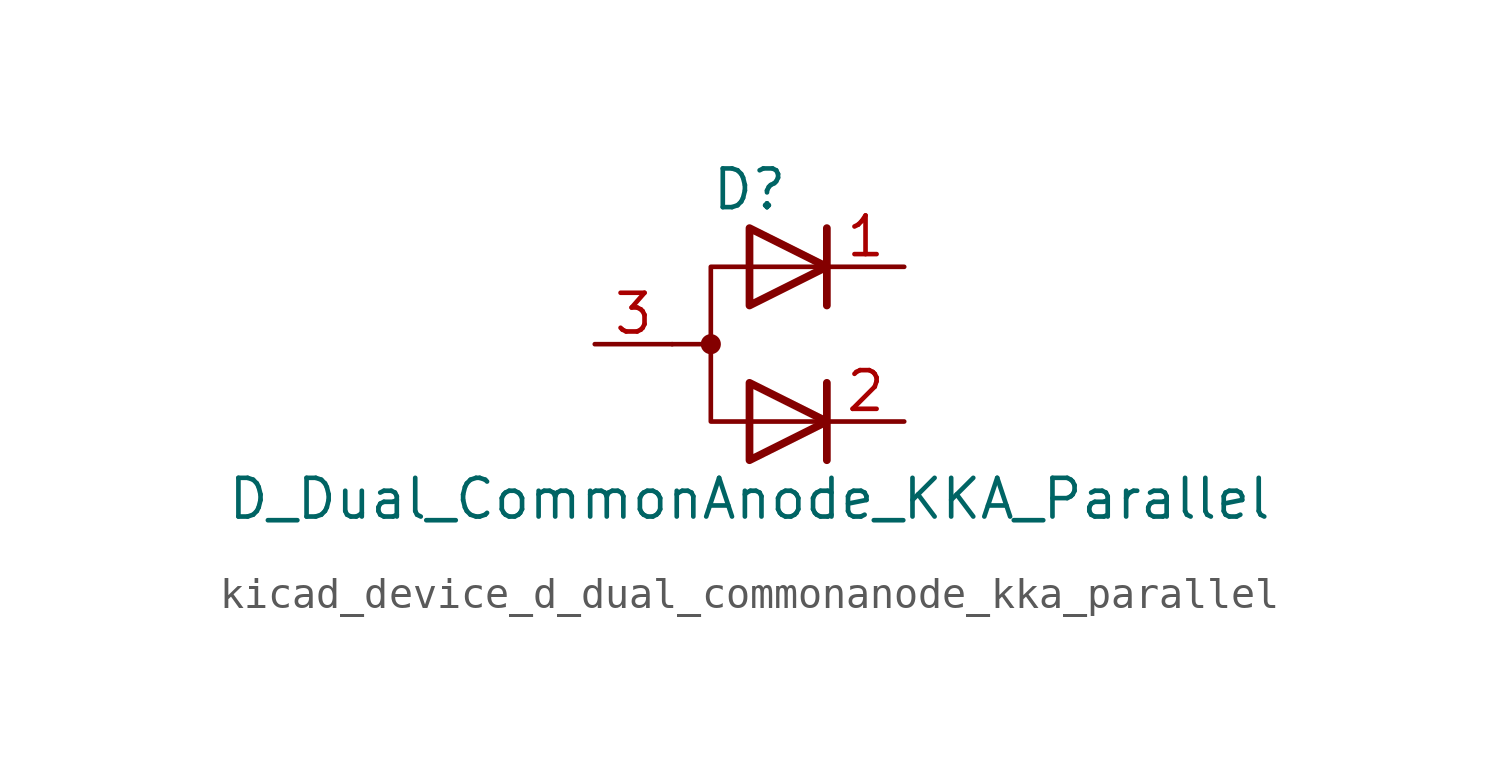
<source format=kicad_sym>
(kicad_symbol_lib
  (version 20220914)
  (generator kicad_symbol_editor)
  (symbol "kicad_device_d_dual_commonanode_kka_parallel"
    (pin_names
      (offset 0.762) hide)
    (property "Reference" "D"
      (at 0 5.08 0)
      (effects (font (size 1.27 1.27))))
    (property "Value" "D_Dual_CommonAnode_KKA_Parallel"
      (at 0 -5.08 0)
      (effects (font (size 1.27 1.27))))
    (symbol "kicad_device_d_dual_commonanode_kka_parallel_0_0"
      (polyline (pts (xy 2.54 -3.81) (xy 2.54 -1.27)) (stroke (width 0.254) (type default)) (fill (type none)))
      (polyline (pts (xy 2.54 1.27) (xy 2.54 3.81)) (stroke (width 0.254) (type default)) (fill (type none))))
    (symbol "kicad_device_d_dual_commonanode_kka_parallel_0_1"
      (circle (center -1.27 0) (radius 0.254) (stroke (width 0) (type default)) (fill (type outline)))
      (polyline (pts (xy -1.27 0) (xy -2.54 0)) (stroke (width 0) (type default)) (fill (type none)))
      (polyline (pts (xy 2.54 2.54) (xy -1.27 2.54) (xy -1.27 -2.54) (xy 2.54 -2.54)) (stroke (width 0) (type default)) (fill (type none)))
      (polyline (pts (xy 0 -1.27) (xy 2.54 -2.54) (xy 0 -3.81) (xy 0 -1.27) (xy 0 -1.27) (xy 0 -1.27)) (stroke (width 0.254) (type default)) (fill (type none)))
      (polyline (pts (xy 0 3.81) (xy 2.54 2.54) (xy 0 1.27) (xy 0 3.81) (xy 0 3.81) (xy 0 3.81)) (stroke (width 0.254) (type default)) (fill (type none)))
      (pin passive line (at 5.08 2.54 180) (length 2.54) (name "K" (effects (font (size 1.27 1.27)))) (number "1" (effects (font (size 1.27 1.27)))))
      (pin passive line (at 5.08 -2.54 180) (length 2.54) (name "K" (effects (font (size 1.27 1.27)))) (number "2" (effects (font (size 1.27 1.27)))))
      (pin passive line (at -5.08 0 0) (length 2.54) (name "A" (effects (font (size 1.27 1.27)))) (number "3" (effects (font (size 1.27 1.27))))))))
</source>
